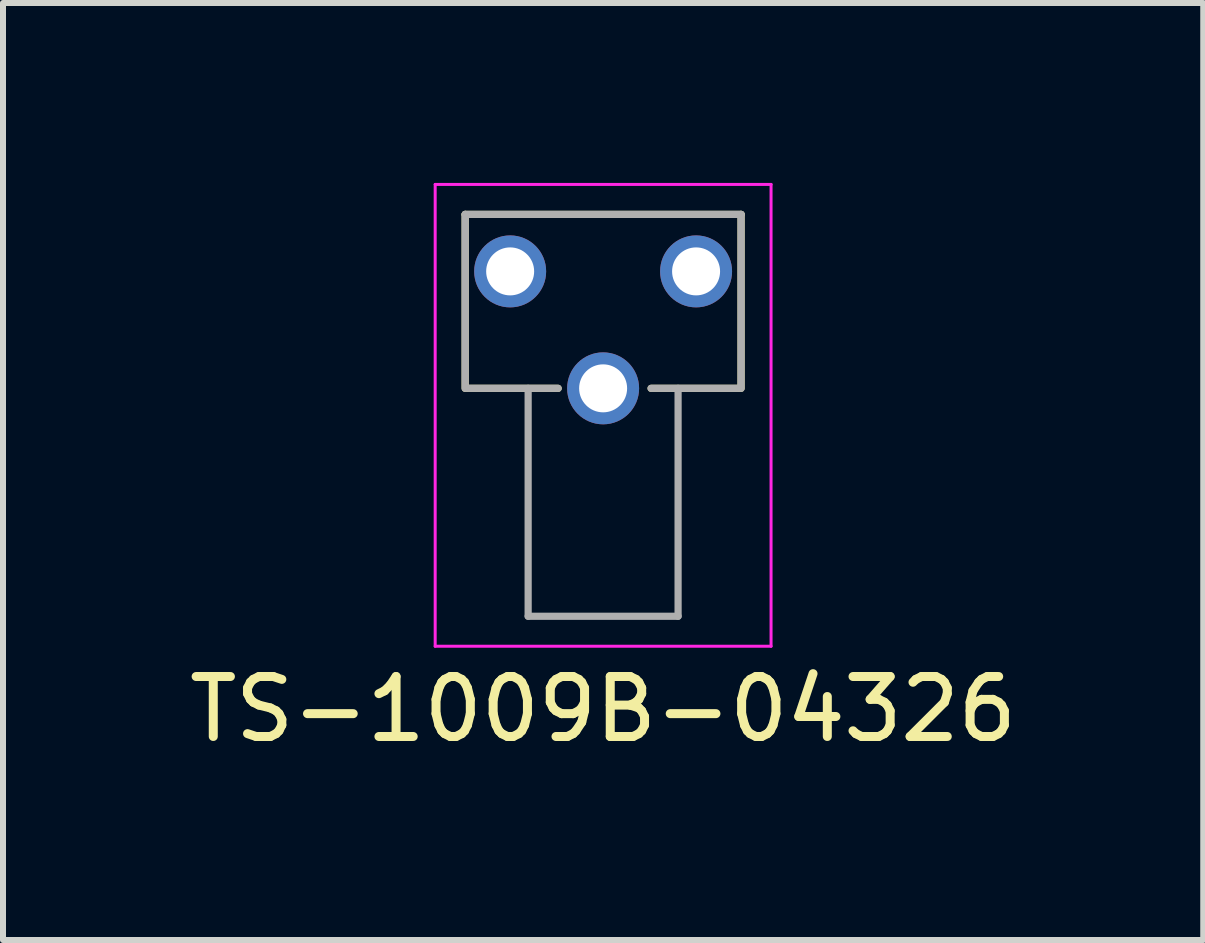
<source format=kicad_pcb>
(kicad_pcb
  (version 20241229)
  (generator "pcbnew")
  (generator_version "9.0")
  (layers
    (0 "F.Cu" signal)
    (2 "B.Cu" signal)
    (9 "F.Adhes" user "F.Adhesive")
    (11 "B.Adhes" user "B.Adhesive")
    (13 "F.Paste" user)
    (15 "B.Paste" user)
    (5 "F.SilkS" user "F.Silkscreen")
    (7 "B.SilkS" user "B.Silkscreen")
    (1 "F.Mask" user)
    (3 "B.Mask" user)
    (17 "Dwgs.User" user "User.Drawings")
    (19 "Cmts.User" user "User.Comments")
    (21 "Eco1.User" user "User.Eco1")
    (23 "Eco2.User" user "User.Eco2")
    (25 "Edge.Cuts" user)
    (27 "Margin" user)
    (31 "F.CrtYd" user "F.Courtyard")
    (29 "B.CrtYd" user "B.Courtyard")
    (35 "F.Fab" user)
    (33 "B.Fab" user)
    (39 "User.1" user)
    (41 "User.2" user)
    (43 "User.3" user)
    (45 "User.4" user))
  (footprint "TS-1009B-04326"
    (layer "F.Cu")
    (at 7.006 2.175)
    (property "Reference" "TS-1009B-04326" (at 0 6.6 0) (layer "F.SilkS") (effects (font (size 1 1) (thickness 0.15))))
    (attr through_hole)
    (fp_line (start -2.3 -1.65) (end 2.3 -1.65) (stroke (width 0.12) (type solid)) (layer "F.SilkS"))
    (fp_line (start -2.3 1.25) (end -2.3 -1.65) (stroke (width 0.12) (type solid)) (layer "F.SilkS"))
    (fp_line (start -2.25 1.25) (end -0.75 1.25) (stroke (width 0.12) (type solid)) (layer "F.SilkS"))
    (fp_line (start 0.8 1.25) (end 2.25 1.25) (stroke (width 0.12) (type solid)) (layer "F.SilkS"))
    (fp_line (start 2.3 1.25) (end 2.3 -1.65) (stroke (width 0.12) (type solid)) (layer "F.SilkS"))
    (fp_line (start -2.8 -2.15) (end 2.8 -2.15) (stroke (width 0.05) (type solid)) (layer "F.CrtYd"))
    (fp_line (start -2.8 5.55) (end -2.8 -2.15) (stroke (width 0.05) (type solid)) (layer "F.CrtYd"))
    (fp_line (start -2.8 5.55) (end 2.8 5.55) (stroke (width 0.05) (type solid)) (layer "F.CrtYd"))
    (fp_line (start 2.8 -2.15) (end 2.8 5.55) (stroke (width 0.05) (type solid)) (layer "F.CrtYd"))
    (fp_line (start -2.3 -1.65) (end 2.3 -1.65) (stroke (width 0.12) (type solid)) (layer "F.Fab"))
    (fp_line (start -2.3 1.25) (end -2.3 -1.65) (stroke (width 0.12) (type solid)) (layer "F.Fab"))
    (fp_line (start -2.25 1.25) (end -0.75 1.25) (stroke (width 0.12) (type solid)) (layer "F.Fab"))
    (fp_line (start -1.25 5.05) (end -1.25 1.25) (stroke (width 0.12) (type solid)) (layer "F.Fab"))
    (fp_line (start -1.25 5.05) (end 1.25 5.05) (stroke (width 0.12) (type solid)) (layer "F.Fab"))
    (fp_line (start 0.8 1.25) (end 2.25 1.25) (stroke (width 0.12) (type solid)) (layer "F.Fab"))
    (fp_line (start 1.25 5.05) (end 1.25 1.25) (stroke (width 0.12) (type solid)) (layer "F.Fab"))
    (fp_line (start 2.3 1.25) (end 2.3 -1.65) (stroke (width 0.12) (type solid)) (layer "F.Fab"))
    (pad "1" thru_hole circle (at -1.55 -0.7) (size 1.2 1.2) (drill 0.8) (layers "*.Cu" "*.Mask"))
    (pad "2" thru_hole circle (at 1.55 -0.7) (size 1.2 1.2) (drill 0.8) (layers "*.Cu" "*.Mask"))
    (pad "3" thru_hole circle (at 0 1.25) (size 1.2 1.2) (drill 0.8) (layers "*.Cu" "*.Mask")))
  (gr_rect
    (start -3 -3)
    (end 17.012 12.623)
    (stroke (width 0.1) (type default))
    (fill no)
    (layer "Edge.Cuts")))
</source>
